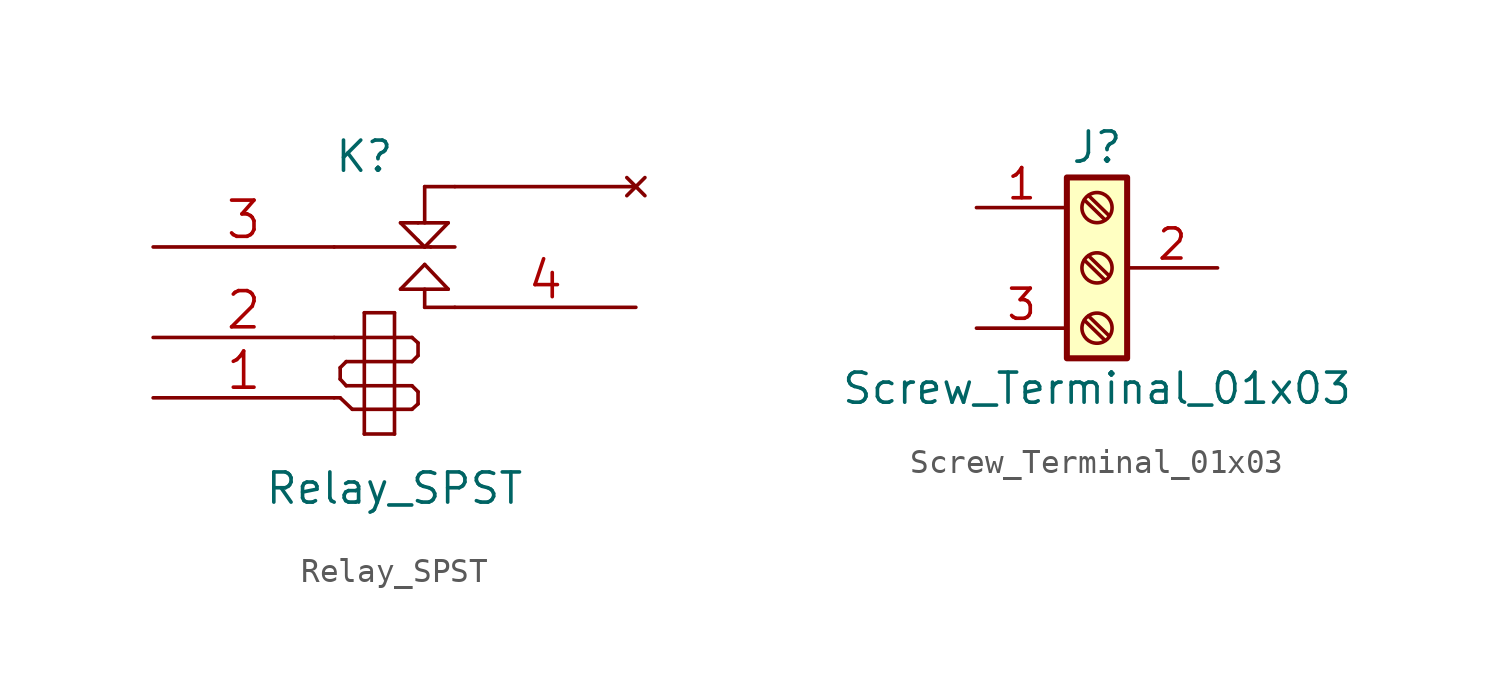
<source format=kicad_sym>
(kicad_symbol_lib
  (version 20211014)
  (generator kicad_symbol_editor)
  (symbol "Relay_SPST"
    (pin_names
      (offset 1.016) hide)
    (property "Reference" "K"
      (at -1.27 10.16 0)
      (effects (font (size 1.27 1.27))))
    (property "Value" "Relay_SPST"
      (at 0 -3.81 0)
      (effects (font (size 1.27 1.27))))
    (property "Footprint" ""
      (at 0 0 0)
      (effects (font (size 1.524 1.524))))
    (property "Datasheet" ""
      (at 0 0 0)
      (effects (font (size 1.524 1.524))))
    (symbol "Relay_SPST_0_1"
      (polyline (pts (xy -2.54 0) (xy -2.286 0)) (stroke (width 0) (type default) (color 0 0 0 0)) (fill (type none)))
      (polyline (pts (xy -2.54 2.54) (xy -1.27 2.54)) (stroke (width 0) (type default) (color 0 0 0 0)) (fill (type none)))
      (polyline (pts (xy -2.286 0) (xy -1.778 -0.483)) (stroke (width 0) (type default) (color 0 0 0 0)) (fill (type none)))
      (polyline (pts (xy -2.286 0.787) (xy -2.286 1.27)) (stroke (width 0) (type default) (color 0 0 0 0)) (fill (type none)))
      (polyline (pts (xy -2.032 0.508) (xy -2.286 0.787)) (stroke (width 0) (type default) (color 0 0 0 0)) (fill (type none)))
      (polyline (pts (xy -2.032 1.524) (xy -2.286 1.27)) (stroke (width 0) (type default) (color 0 0 0 0)) (fill (type none)))
      (polyline (pts (xy -1.778 -0.483) (xy -1.27 -0.483)) (stroke (width 0) (type default) (color 0 0 0 0)) (fill (type none)))
      (polyline (pts (xy -1.27 -1.524) (xy -1.27 3.581)) (stroke (width 0) (type default) (color 0 0 0 0)) (fill (type none)))
      (polyline (pts (xy -1.27 0.508) (xy -2.032 0.508)) (stroke (width 0) (type default) (color 0 0 0 0)) (fill (type none)))
      (polyline (pts (xy -1.27 0.508) (xy 0 0.508)) (stroke (width 0) (type default) (color 0 0 0 0)) (fill (type none)))
      (polyline (pts (xy -1.27 1.524) (xy -2.032 1.524)) (stroke (width 0) (type default) (color 0 0 0 0)) (fill (type none)))
      (polyline (pts (xy -1.27 2.54) (xy 0 2.54)) (stroke (width 0) (type default) (color 0 0 0 0)) (fill (type none)))
      (polyline (pts (xy -1.27 3.581) (xy 0 3.581)) (stroke (width 0) (type default) (color 0 0 0 0)) (fill (type none)))
      (polyline (pts (xy 0 -1.524) (xy -1.27 -1.524)) (stroke (width 0) (type default) (color 0 0 0 0)) (fill (type none)))
      (polyline (pts (xy 0 -0.483) (xy -1.27 -0.483)) (stroke (width 0) (type default) (color 0 0 0 0)) (fill (type none)))
      (polyline (pts (xy 0 -0.483) (xy 0.737 -0.483)) (stroke (width 0) (type default) (color 0 0 0 0)) (fill (type none)))
      (polyline (pts (xy 0 0.508) (xy 0.737 0.508)) (stroke (width 0) (type default) (color 0 0 0 0)) (fill (type none)))
      (polyline (pts (xy 0 1.524) (xy -1.27 1.524)) (stroke (width 0) (type default) (color 0 0 0 0)) (fill (type none)))
      (polyline (pts (xy 0 1.524) (xy 0.737 1.524)) (stroke (width 0) (type default) (color 0 0 0 0)) (fill (type none)))
      (polyline (pts (xy 0 2.54) (xy 0.737 2.54)) (stroke (width 0) (type default) (color 0 0 0 0)) (fill (type none)))
      (polyline (pts (xy 0 3.581) (xy 0 -1.524)) (stroke (width 0) (type default) (color 0 0 0 0)) (fill (type none)))
      (polyline (pts (xy 0.254 4.572) (xy 1.27 5.613)) (stroke (width 0) (type default) (color 0 0 0 0)) (fill (type none)))
      (polyline (pts (xy 0.254 7.366) (xy 0.991 7.366)) (stroke (width 0) (type default) (color 0 0 0 0)) (fill (type none)))
      (polyline (pts (xy 0.737 -0.483) (xy 0.991 -0.254)) (stroke (width 0) (type default) (color 0 0 0 0)) (fill (type none)))
      (polyline (pts (xy 0.737 0.508) (xy 0.991 0.254)) (stroke (width 0) (type default) (color 0 0 0 0)) (fill (type none)))
      (polyline (pts (xy 0.737 1.524) (xy 0.991 1.778)) (stroke (width 0) (type default) (color 0 0 0 0)) (fill (type none)))
      (polyline (pts (xy 0.737 2.54) (xy 0.991 2.311)) (stroke (width 0) (type default) (color 0 0 0 0)) (fill (type none)))
      (polyline (pts (xy 0.991 -0.254) (xy 0.991 0.254)) (stroke (width 0) (type default) (color 0 0 0 0)) (fill (type none)))
      (polyline (pts (xy 0.991 2.311) (xy 0.991 1.778)) (stroke (width 0) (type default) (color 0 0 0 0)) (fill (type none)))
      (polyline (pts (xy 0.991 6.629) (xy 0.254 7.366)) (stroke (width 0) (type default) (color 0 0 0 0)) (fill (type none)))
      (polyline (pts (xy 0.991 6.629) (xy 1.27 6.35)) (stroke (width 0) (type default) (color 0 0 0 0)) (fill (type none)))
      (polyline (pts (xy 0.991 7.366) (xy 2.261 7.366)) (stroke (width 0) (type default) (color 0 0 0 0)) (fill (type none)))
      (polyline (pts (xy 1.27 3.81) (xy 1.27 4.572)) (stroke (width 0) (type default) (color 0 0 0 0)) (fill (type none)))
      (polyline (pts (xy 1.27 3.81) (xy 2.54 3.81)) (stroke (width 0) (type default) (color 0 0 0 0)) (fill (type none)))
      (polyline (pts (xy 1.27 5.613) (xy 2.261 4.572)) (stroke (width 0) (type default) (color 0 0 0 0)) (fill (type none)))
      (polyline (pts (xy 1.27 6.35) (xy -2.54 6.35)) (stroke (width 0) (type default) (color 0 0 0 0)) (fill (type none)))
      (polyline (pts (xy 1.27 6.35) (xy 1.524 6.35)) (stroke (width 0) (type default) (color 0 0 0 0)) (fill (type none)))
      (polyline (pts (xy 1.27 8.89) (xy 1.27 7.366)) (stroke (width 0) (type default) (color 0 0 0 0)) (fill (type none)))
      (polyline (pts (xy 1.27 8.89) (xy 2.54 8.89)) (stroke (width 0) (type default) (color 0 0 0 0)) (fill (type none)))
      (polyline (pts (xy 1.524 6.35) (xy 2.54 6.35)) (stroke (width 0) (type default) (color 0 0 0 0)) (fill (type none)))
      (polyline (pts (xy 2.261 4.572) (xy 0.254 4.572)) (stroke (width 0) (type default) (color 0 0 0 0)) (fill (type none)))
      (polyline (pts (xy 2.261 7.366) (xy 1.27 6.35)) (stroke (width 0) (type default) (color 0 0 0 0)) (fill (type none))))
    (symbol "Relay_SPST_1_1"
      (pin input line (at -10.16 0 0) (length 7.62) (name "~" (effects (font (size 1.524 1.524)))) (number "1" (effects (font (size 1.524 1.524)))))
      (pin input line (at -10.16 2.54 0) (length 7.62) (name "~" (effects (font (size 1.524 1.524)))) (number "2" (effects (font (size 1.524 1.524)))))
      (pin passive line (at -10.16 6.35 0) (length 7.62) (name "~" (effects (font (size 1.524 1.524)))) (number "3" (effects (font (size 1.524 1.524)))))
      (pin passive line (at 10.16 3.81 180) (length 7.62) (name "~" (effects (font (size 1.524 1.524)))) (number "4" (effects (font (size 1.524 1.524)))))
      (pin no_connect line (at 10.16 8.89 180) (length 7.62) (name "~" (effects (font (size 1.524 1.524)))) (number "~" (effects (font (size 1.524 1.524)))))))
  (symbol "Screw_Terminal_01x03"
    (pin_names
      (offset 1.016) hide)
    (property "Reference" "J"
      (at 0 5.08 0)
      (effects (font (size 1.27 1.27))))
    (property "Value" "Screw_Terminal_01x03"
      (at 0 -5.08 0)
      (effects (font (size 1.27 1.27))))
    (symbol "Screw_Terminal_01x03_1_1"
      (rectangle (start -1.27 3.81) (end 1.27 -3.81) (stroke (width 0.254) (type default) (color 0 0 0 0)) (fill (type background)))
      (circle (center 0 -2.54) (radius 0.635) (stroke (width 0.152) (type default) (color 0 0 0 0)) (fill (type none)))
      (polyline (pts (xy -0.533 -2.21) (xy 0.33 -3.048)) (stroke (width 0.152) (type default) (color 0 0 0 0)) (fill (type none)))
      (polyline (pts (xy -0.533 0.33) (xy 0.33 -0.508)) (stroke (width 0.152) (type default) (color 0 0 0 0)) (fill (type none)))
      (polyline (pts (xy -0.533 2.87) (xy 0.33 2.032)) (stroke (width 0.152) (type default) (color 0 0 0 0)) (fill (type none)))
      (polyline (pts (xy -0.356 -2.032) (xy 0.508 -2.87)) (stroke (width 0.152) (type default) (color 0 0 0 0)) (fill (type none)))
      (polyline (pts (xy -0.356 0.508) (xy 0.508 -0.33)) (stroke (width 0.152) (type default) (color 0 0 0 0)) (fill (type none)))
      (polyline (pts (xy -0.356 3.048) (xy 0.508 2.21)) (stroke (width 0.152) (type default) (color 0 0 0 0)) (fill (type none)))
      (circle (center 0 0) (radius 0.635) (stroke (width 0.152) (type default) (color 0 0 0 0)) (fill (type none)))
      (circle (center 0 2.54) (radius 0.635) (stroke (width 0.152) (type default) (color 0 0 0 0)) (fill (type none)))
      (pin passive line (at -5.08 2.54 0) (length 3.81) (name "Pin_1" (effects (font (size 1.27 1.27)))) (number "1" (effects (font (size 1.27 1.27)))))
      (pin passive line (at 5.08 0 180) (length 3.81) (name "Pin_2" (effects (font (size 1.27 1.27)))) (number "2" (effects (font (size 1.27 1.27)))))
      (pin passive line (at -5.08 -2.54 0) (length 3.81) (name "Pin_3" (effects (font (size 1.27 1.27)))) (number "3" (effects (font (size 1.27 1.27))))))))
</source>
